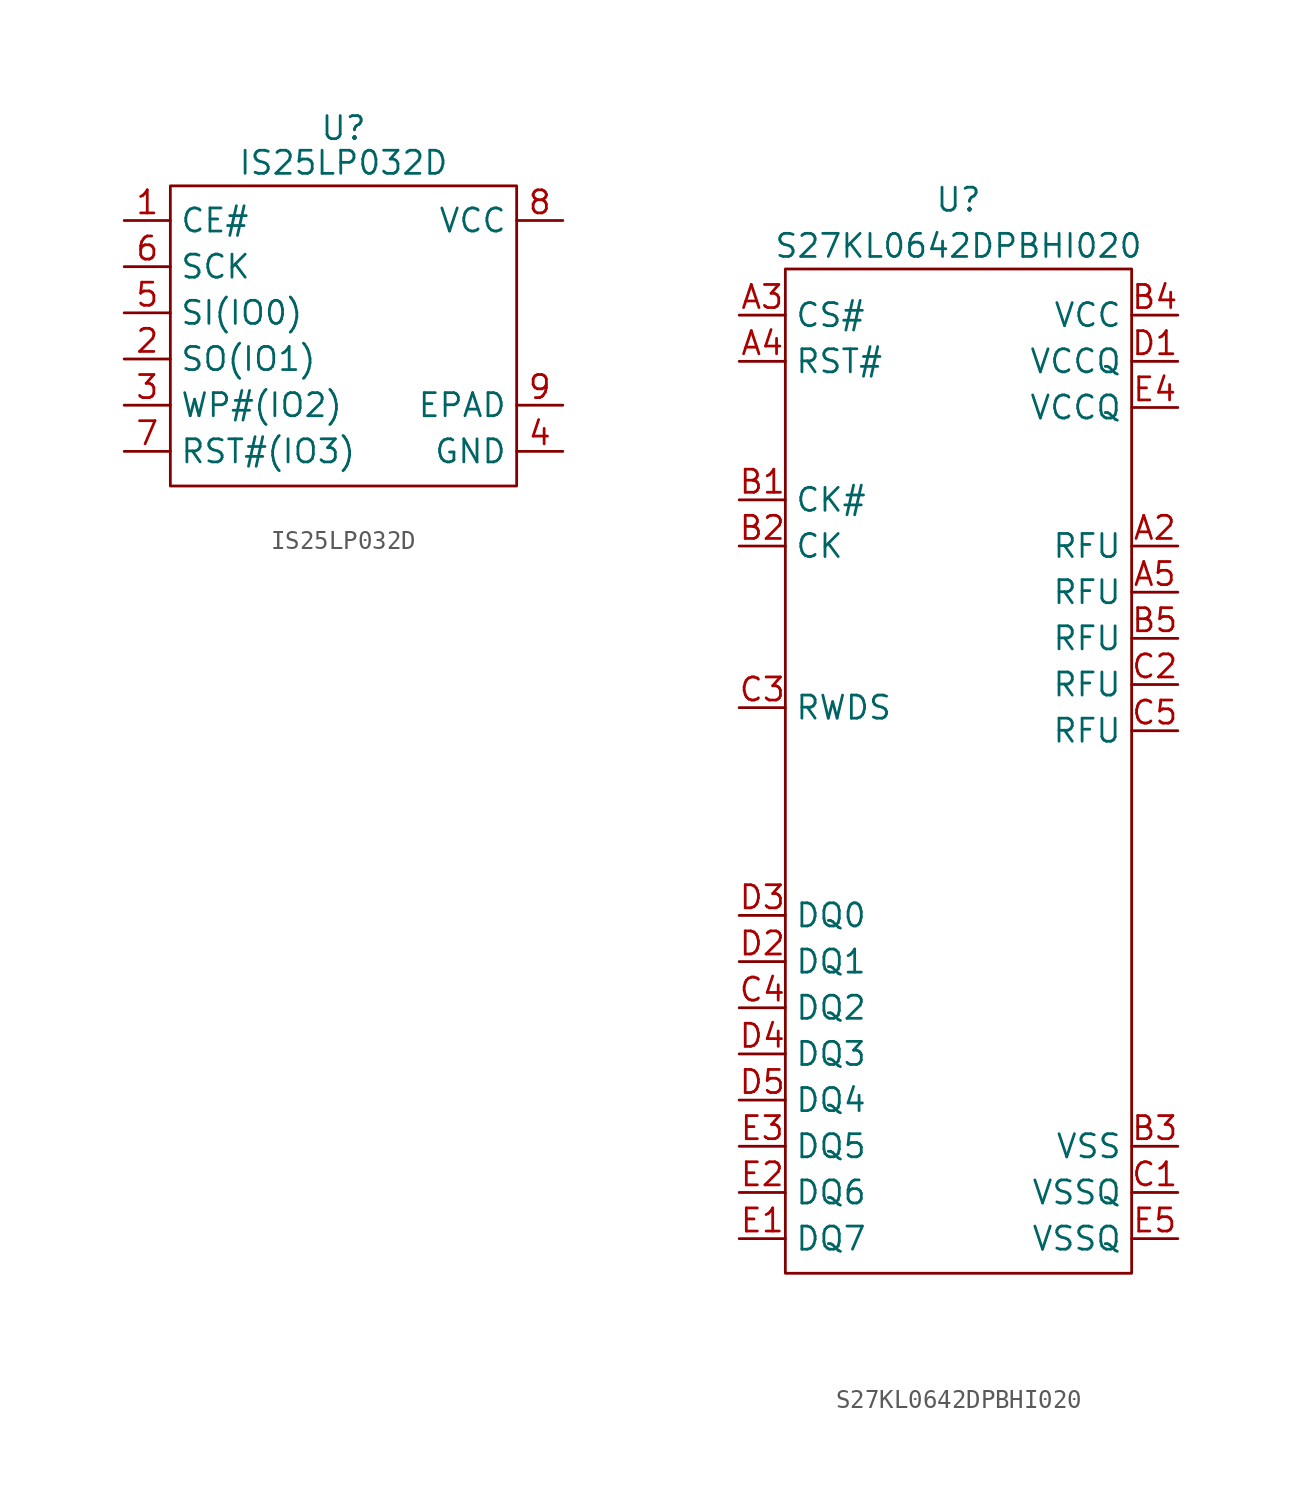
<source format=kicad_sym>
(kicad_symbol_lib
  (version 20231120)
  (generator "kicad_symbol_editor")
  (generator_version "8.0")
  (symbol "IS25LP032D"
    (property "Reference" "U"
      (at 9.525 5.08 0)
      (effects (font (size 1.27 1.27))))
    (property "Value" "IS25LP032D"
      (at 9.525 3.175 0)
      (effects (font (size 1.27 1.27))))
    (symbol "IS25LP032D_0_1"
      (rectangle (start 0 1.905) (end 19.05 -14.605) (stroke (width 0) (type default)) (fill (type none))))
    (symbol "IS25LP032D_1_1"
      (pin unspecified line (at -2.54 0 0) (length 2.54) (name "CE#" (effects (font (size 1.27 1.27)))) (number "1" (effects (font (size 1.27 1.27)))))
      (pin unspecified line (at -2.54 -7.62 0) (length 2.54) (name "SO(IO1)" (effects (font (size 1.27 1.27)))) (number "2" (effects (font (size 1.27 1.27)))))
      (pin unspecified line (at -2.54 -10.16 0) (length 2.54) (name "WP#(IO2)" (effects (font (size 1.27 1.27)))) (number "3" (effects (font (size 1.27 1.27)))))
      (pin unspecified line (at 21.59 -12.7 180) (length 2.54) (name "GND" (effects (font (size 1.27 1.27)))) (number "4" (effects (font (size 1.27 1.27)))))
      (pin unspecified line (at -2.54 -5.08 0) (length 2.54) (name "SI(IO0)" (effects (font (size 1.27 1.27)))) (number "5" (effects (font (size 1.27 1.27)))))
      (pin unspecified line (at -2.54 -2.54 0) (length 2.54) (name "SCK" (effects (font (size 1.27 1.27)))) (number "6" (effects (font (size 1.27 1.27)))))
      (pin unspecified line (at -2.54 -12.7 0) (length 2.54) (name "RST#(IO3)" (effects (font (size 1.27 1.27)))) (number "7" (effects (font (size 1.27 1.27)))))
      (pin unspecified line (at 21.59 0 180) (length 2.54) (name "VCC" (effects (font (size 1.27 1.27)))) (number "8" (effects (font (size 1.27 1.27)))))
      (pin unspecified line (at 21.59 -10.16 180) (length 2.54) (name "EPAD" (effects (font (size 1.27 1.27)))) (number "9" (effects (font (size 1.27 1.27)))))))
  (symbol "S27KL0642DPBHI020"
    (property "Reference" "U"
      (at 9.525 3.81 0)
      (effects (font (size 1.27 1.27))))
    (property "Value" "S27KL0642DPBHI020"
      (at 9.525 1.27 0)
      (effects (font (size 1.27 1.27))))
    (symbol "S27KL0642DPBHI020_0_1"
      (rectangle (start 0 0) (end 19.05 -55.245) (stroke (width 0) (type default)) (fill (type none))))
    (symbol "S27KL0642DPBHI020_1_1"
      (pin unspecified line (at 21.59 -15.24 180) (length 2.54) (name "RFU" (effects (font (size 1.27 1.27)))) (number "A2" (effects (font (size 1.27 1.27)))))
      (pin unspecified line (at -2.54 -2.54 0) (length 2.54) (name "CS#" (effects (font (size 1.27 1.27)))) (number "A3" (effects (font (size 1.27 1.27)))))
      (pin unspecified line (at -2.54 -5.08 0) (length 2.54) (name "RST#" (effects (font (size 1.27 1.27)))) (number "A4" (effects (font (size 1.27 1.27)))))
      (pin unspecified line (at 21.59 -17.78 180) (length 2.54) (name "RFU" (effects (font (size 1.27 1.27)))) (number "A5" (effects (font (size 1.27 1.27)))))
      (pin unspecified line (at -2.54 -12.7 0) (length 2.54) (name "CK#" (effects (font (size 1.27 1.27)))) (number "B1" (effects (font (size 1.27 1.27)))))
      (pin unspecified line (at -2.54 -15.24 0) (length 2.54) (name "CK" (effects (font (size 1.27 1.27)))) (number "B2" (effects (font (size 1.27 1.27)))))
      (pin unspecified line (at 21.59 -48.26 180) (length 2.54) (name "VSS" (effects (font (size 1.27 1.27)))) (number "B3" (effects (font (size 1.27 1.27)))))
      (pin unspecified line (at 21.59 -2.54 180) (length 2.54) (name "VCC" (effects (font (size 1.27 1.27)))) (number "B4" (effects (font (size 1.27 1.27)))))
      (pin unspecified line (at 21.59 -20.32 180) (length 2.54) (name "RFU" (effects (font (size 1.27 1.27)))) (number "B5" (effects (font (size 1.27 1.27)))))
      (pin unspecified line (at 21.59 -50.8 180) (length 2.54) (name "VSSQ" (effects (font (size 1.27 1.27)))) (number "C1" (effects (font (size 1.27 1.27)))))
      (pin unspecified line (at 21.59 -22.86 180) (length 2.54) (name "RFU" (effects (font (size 1.27 1.27)))) (number "C2" (effects (font (size 1.27 1.27)))))
      (pin unspecified line (at -2.54 -24.13 0) (length 2.54) (name "RWDS" (effects (font (size 1.27 1.27)))) (number "C3" (effects (font (size 1.27 1.27)))))
      (pin unspecified line (at -2.54 -40.64 0) (length 2.54) (name "DQ2" (effects (font (size 1.27 1.27)))) (number "C4" (effects (font (size 1.27 1.27)))))
      (pin unspecified line (at 21.59 -25.4 180) (length 2.54) (name "RFU" (effects (font (size 1.27 1.27)))) (number "C5" (effects (font (size 1.27 1.27)))))
      (pin unspecified line (at 21.59 -5.08 180) (length 2.54) (name "VCCQ" (effects (font (size 1.27 1.27)))) (number "D1" (effects (font (size 1.27 1.27)))))
      (pin unspecified line (at -2.54 -38.1 0) (length 2.54) (name "DQ1" (effects (font (size 1.27 1.27)))) (number "D2" (effects (font (size 1.27 1.27)))))
      (pin unspecified line (at -2.54 -35.56 0) (length 2.54) (name "DQ0" (effects (font (size 1.27 1.27)))) (number "D3" (effects (font (size 1.27 1.27)))))
      (pin unspecified line (at -2.54 -43.18 0) (length 2.54) (name "DQ3" (effects (font (size 1.27 1.27)))) (number "D4" (effects (font (size 1.27 1.27)))))
      (pin unspecified line (at -2.54 -45.72 0) (length 2.54) (name "DQ4" (effects (font (size 1.27 1.27)))) (number "D5" (effects (font (size 1.27 1.27)))))
      (pin unspecified line (at -2.54 -53.34 0) (length 2.54) (name "DQ7" (effects (font (size 1.27 1.27)))) (number "E1" (effects (font (size 1.27 1.27)))))
      (pin unspecified line (at -2.54 -50.8 0) (length 2.54) (name "DQ6" (effects (font (size 1.27 1.27)))) (number "E2" (effects (font (size 1.27 1.27)))))
      (pin unspecified line (at -2.54 -48.26 0) (length 2.54) (name "DQ5" (effects (font (size 1.27 1.27)))) (number "E3" (effects (font (size 1.27 1.27)))))
      (pin unspecified line (at 21.59 -7.62 180) (length 2.54) (name "VCCQ" (effects (font (size 1.27 1.27)))) (number "E4" (effects (font (size 1.27 1.27)))))
      (pin unspecified line (at 21.59 -53.34 180) (length 2.54) (name "VSSQ" (effects (font (size 1.27 1.27)))) (number "E5" (effects (font (size 1.27 1.27))))))))
</source>
